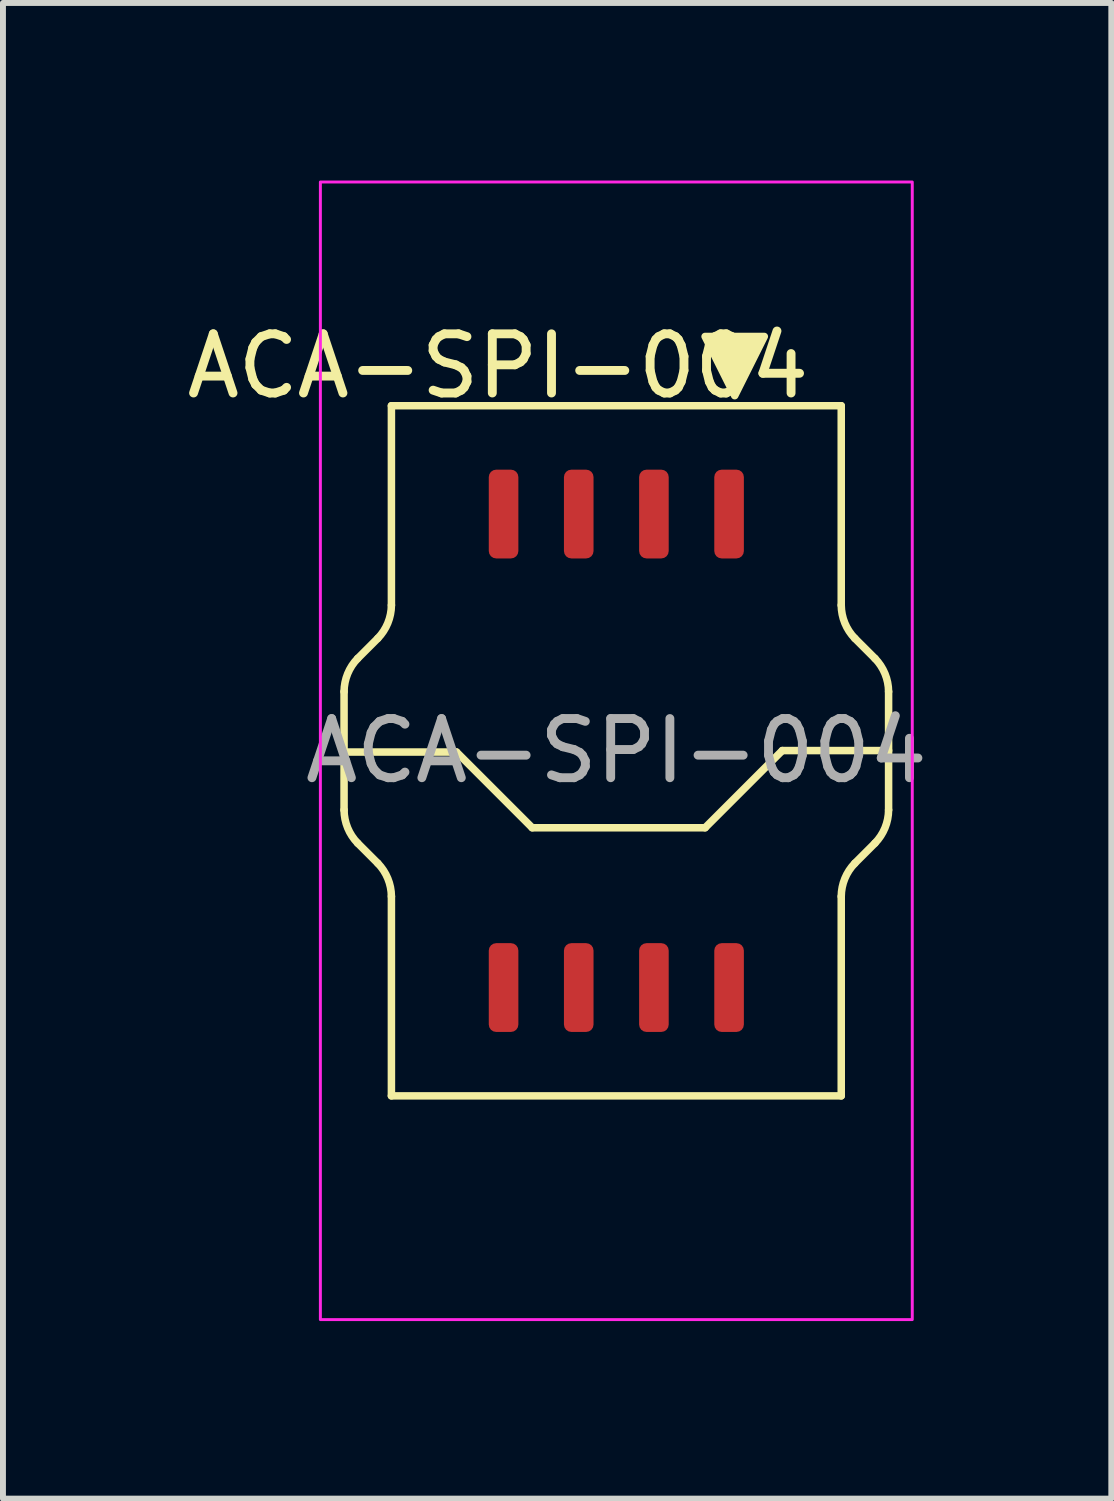
<source format=kicad_pcb>
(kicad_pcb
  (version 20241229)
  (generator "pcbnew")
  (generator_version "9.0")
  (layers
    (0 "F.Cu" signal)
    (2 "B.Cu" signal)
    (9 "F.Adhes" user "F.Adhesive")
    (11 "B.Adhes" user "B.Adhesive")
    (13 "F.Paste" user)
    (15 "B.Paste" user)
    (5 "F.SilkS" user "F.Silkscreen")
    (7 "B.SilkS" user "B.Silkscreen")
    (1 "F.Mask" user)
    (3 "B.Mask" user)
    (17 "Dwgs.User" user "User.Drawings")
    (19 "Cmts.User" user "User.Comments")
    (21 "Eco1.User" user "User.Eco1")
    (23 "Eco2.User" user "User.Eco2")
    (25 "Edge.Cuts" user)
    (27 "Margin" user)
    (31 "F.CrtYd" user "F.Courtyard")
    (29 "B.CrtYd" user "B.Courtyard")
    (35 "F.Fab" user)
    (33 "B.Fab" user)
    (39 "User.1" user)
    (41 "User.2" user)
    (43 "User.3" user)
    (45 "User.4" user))
  (footprint "ACA-SPI-004"
    (layer "F.Cu")
    (at 7.363 9.635)
    (property "Reference" "ACA-SPI-004" (at -2 -6.5 0) (layer "F.SilkS") (effects (font (size 1 1) (thickness 0.15))))
    (attr smd)
    (fp_line (start -4.6 0.021) (end -2.7 0.021) (stroke (width 0.127) (type solid)) (layer "F.SilkS"))
    (fp_line (start -4.6 1) (end -4.6 -1) (stroke (width 0.127) (type solid)) (layer "F.SilkS"))
    (fp_line (start -4.37 -1.56) (end -4.03 -1.9) (stroke (width 0.127) (type solid)) (layer "F.SilkS"))
    (fp_line (start -4.37 1.56) (end -4.03 1.9) (stroke (width 0.127) (type solid)) (layer "F.SilkS"))
    (fp_line (start -3.8 -2.46) (end -3.8 -5.83) (stroke (width 0.127) (type solid)) (layer "F.SilkS"))
    (fp_line (start -3.8 -5.83) (end 3.8 -5.83) (stroke (width 0.127) (type solid)) (layer "F.SilkS"))
    (fp_line (start -3.8 5.83) (end -3.8 2.46) (stroke (width 0.127) (type solid)) (layer "F.SilkS"))
    (fp_line (start -3.8 5.83) (end 3.8 5.83) (stroke (width 0.127) (type solid)) (layer "F.SilkS"))
    (fp_line (start -2.7 0.021) (end -1.421 1.3) (stroke (width 0.127) (type solid)) (layer "F.SilkS"))
    (fp_line (start -1.421 1.3) (end 1.5 1.3) (stroke (width 0.127) (type solid)) (layer "F.SilkS"))
    (fp_line (start 1.5 1.3) (end 2.804 -0.004) (stroke (width 0.127) (type solid)) (layer "F.SilkS"))
    (fp_line (start 2.804 -0.004) (end 4.6 -0.004) (stroke (width 0.127) (type solid)) (layer "F.SilkS"))
    (fp_line (start 3.8 5.83) (end 3.8 2.46) (stroke (width 0.127) (type solid)) (layer "F.SilkS"))
    (fp_line (start 3.8 -2.46) (end 3.8 -5.83) (stroke (width 0.127) (type solid)) (layer "F.SilkS"))
    (fp_line (start 4.03 -1.9) (end 4.37 -1.56) (stroke (width 0.127) (type solid)) (layer "F.SilkS"))
    (fp_line (start 4.37 1.56) (end 4.03 1.9) (stroke (width 0.127) (type solid)) (layer "F.SilkS"))
    (fp_line (start 4.6 1) (end 4.6 -1) (stroke (width 0.127) (type solid)) (layer "F.SilkS"))
    (fp_arc (start -4.6 -1) (mid -4.54 -1.3) (end -4.37 -1.56) (stroke (width 0.127) (type default)) (layer "F.SilkS"))
    (fp_arc (start -4.37 1.56) (mid -4.54 1.3) (end -4.6 1) (stroke (width 0.127) (type default)) (layer "F.SilkS"))
    (fp_arc (start -4.03 1.9) (mid -3.86 2.16) (end -3.8 2.46) (stroke (width 0.127) (type default)) (layer "F.SilkS"))
    (fp_arc (start -3.8 -2.46) (mid -3.86 -2.16) (end -4.03 -1.9) (stroke (width 0.127) (type default)) (layer "F.SilkS"))
    (fp_arc (start 3.8 2.46) (mid 3.86 2.16) (end 4.03 1.9) (stroke (width 0.127) (type default)) (layer "F.SilkS"))
    (fp_arc (start 4.03 -1.9) (mid 3.86 -2.16) (end 3.8 -2.46) (stroke (width 0.127) (type default)) (layer "F.SilkS"))
    (fp_arc (start 4.37 -1.56) (mid 4.54 -1.3) (end 4.6 -1) (stroke (width 0.127) (type default)) (layer "F.SilkS"))
    (fp_arc (start 4.6 1) (mid 4.54 1.3) (end 4.37 1.56) (stroke (width 0.127) (type default)) (layer "F.SilkS"))
    (fp_poly (pts (xy 2 -6) (xy 2.5 -7) (xy 1.5 -7)) (stroke (width 0.127) (type solid)) (fill yes) (layer "F.SilkS"))
    (fp_rect (start -5 -9.61) (end 5 9.61) (stroke (width 0.05) (type solid)) (fill no) (layer "F.CrtYd"))
    (fp_text user "${REFERENCE}" (at 0 0 0) (layer "F.Fab") (effects (font (size 1 1) (thickness 0.15))))
    (pad "1" smd roundrect (at 1.905 -4 270) (size 1.5 0.5) (layers "F.Cu" "F.Mask" "F.Paste") (roundrect_rratio 0.25))
    (pad "2" smd roundrect (at 0.635 -4 270) (size 1.5 0.5) (layers "F.Cu" "F.Mask" "F.Paste") (roundrect_rratio 0.25))
    (pad "3" smd roundrect (at -0.635 -4 270) (size 1.5 0.5) (layers "F.Cu" "F.Mask" "F.Paste") (roundrect_rratio 0.25))
    (pad "4" smd roundrect (at -1.905 -4 270) (size 1.5 0.5) (layers "F.Cu" "F.Mask" "F.Paste") (roundrect_rratio 0.25))
    (pad "5" smd roundrect (at -1.905 4 270) (size 1.5 0.5) (layers "F.Cu" "F.Mask" "F.Paste") (roundrect_rratio 0.25))
    (pad "6" smd roundrect (at -0.635 4 270) (size 1.5 0.5) (layers "F.Cu" "F.Mask" "F.Paste") (roundrect_rratio 0.25))
    (pad "7" smd roundrect (at 0.635 4 270) (size 1.5 0.5) (layers "F.Cu" "F.Mask" "F.Paste") (roundrect_rratio 0.25))
    (pad "8" smd roundrect (at 1.905 4 270) (size 1.5 0.5) (layers "F.Cu" "F.Mask" "F.Paste") (roundrect_rratio 0.25)))
  (gr_rect
    (start -3 -3)
    (end 15.726 22.27)
    (stroke (width 0.1) (type default))
    (fill no)
    (layer "Edge.Cuts")))
</source>
